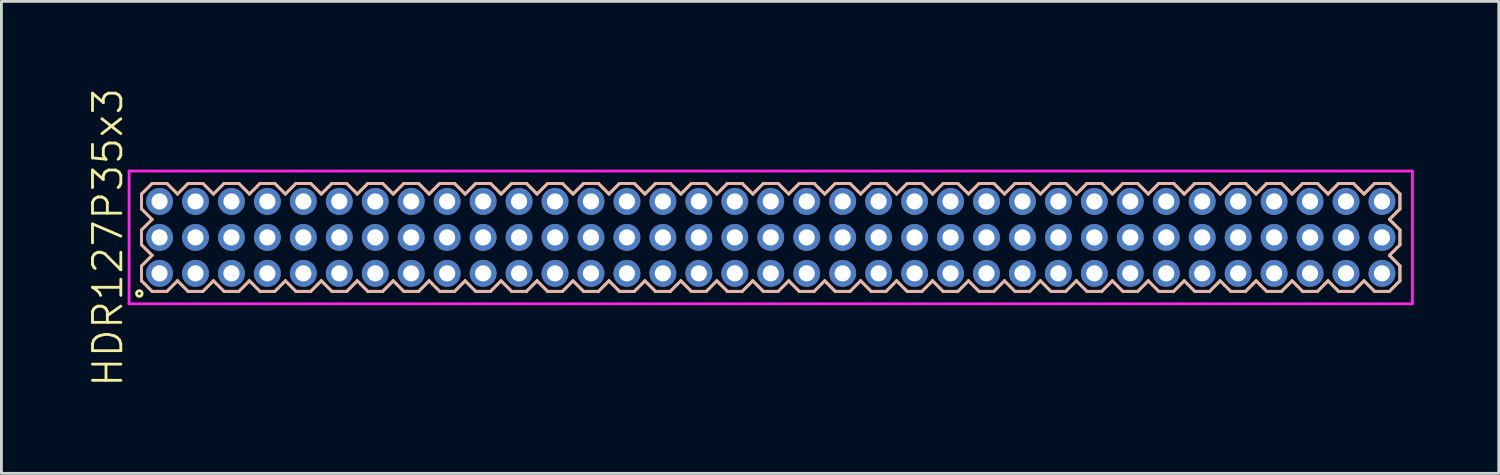
<source format=kicad_pcb>
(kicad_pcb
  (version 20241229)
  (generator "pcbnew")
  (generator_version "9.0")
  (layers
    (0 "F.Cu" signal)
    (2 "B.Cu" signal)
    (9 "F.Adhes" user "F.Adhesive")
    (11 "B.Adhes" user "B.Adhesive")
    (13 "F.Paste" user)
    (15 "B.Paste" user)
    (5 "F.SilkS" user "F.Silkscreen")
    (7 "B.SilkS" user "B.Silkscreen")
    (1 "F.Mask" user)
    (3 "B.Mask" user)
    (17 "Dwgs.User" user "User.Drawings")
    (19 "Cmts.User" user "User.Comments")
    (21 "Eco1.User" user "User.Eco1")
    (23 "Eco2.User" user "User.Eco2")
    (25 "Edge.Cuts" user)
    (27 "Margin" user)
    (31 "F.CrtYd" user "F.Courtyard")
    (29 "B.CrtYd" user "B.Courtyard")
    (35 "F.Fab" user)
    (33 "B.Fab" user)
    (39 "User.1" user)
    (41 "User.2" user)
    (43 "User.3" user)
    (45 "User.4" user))
  (footprint "HDR127P35x3"
    (layer "F.Cu")
    (at 24.175 5.336)
    (property "Reference" "HDR127P35x3" (at -23.415 0 90) (layer "F.SilkS") (effects (font (size 1 1) (thickness 0.1))))
    (attr through_hole)
    (fp_line (start -22.225 -1.533) (end -21.853 -1.905) (stroke (width 0.1) (type solid)) (layer "F.SilkS"))
    (fp_line (start -22.225 -1.007) (end -22.225 -1.533) (stroke (width 0.1) (type solid)) (layer "F.SilkS"))
    (fp_line (start -22.225 -0.263) (end -21.853 -0.635) (stroke (width 0.1) (type solid)) (layer "F.SilkS"))
    (fp_line (start -22.225 0.263) (end -22.225 -0.263) (stroke (width 0.1) (type solid)) (layer "F.SilkS"))
    (fp_line (start -22.225 1.007) (end -21.853 0.635) (stroke (width 0.1) (type solid)) (layer "F.SilkS"))
    (fp_line (start -22.225 1.533) (end -22.225 1.007) (stroke (width 0.1) (type solid)) (layer "F.SilkS"))
    (fp_line (start -21.853 -1.905) (end -21.327 -1.905) (stroke (width 0.1) (type solid)) (layer "F.SilkS"))
    (fp_line (start -21.853 -0.635) (end -22.225 -1.007) (stroke (width 0.1) (type solid)) (layer "F.SilkS"))
    (fp_line (start -21.853 0.635) (end -22.225 0.263) (stroke (width 0.1) (type solid)) (layer "F.SilkS"))
    (fp_line (start -21.853 1.905) (end -22.225 1.533) (stroke (width 0.1) (type solid)) (layer "F.SilkS"))
    (fp_line (start -21.327 -1.905) (end -20.955 -1.533) (stroke (width 0.1) (type solid)) (layer "F.SilkS"))
    (fp_line (start -21.327 1.905) (end -21.853 1.905) (stroke (width 0.1) (type solid)) (layer "F.SilkS"))
    (fp_line (start -20.955 -1.533) (end -20.583 -1.905) (stroke (width 0.1) (type solid)) (layer "F.SilkS"))
    (fp_line (start -20.955 1.533) (end -21.327 1.905) (stroke (width 0.1) (type solid)) (layer "F.SilkS"))
    (fp_line (start -20.583 -1.905) (end -20.057 -1.905) (stroke (width 0.1) (type solid)) (layer "F.SilkS"))
    (fp_line (start -20.583 1.905) (end -20.955 1.533) (stroke (width 0.1) (type solid)) (layer "F.SilkS"))
    (fp_line (start -20.057 -1.905) (end -19.685 -1.533) (stroke (width 0.1) (type solid)) (layer "F.SilkS"))
    (fp_line (start -20.057 1.905) (end -20.583 1.905) (stroke (width 0.1) (type solid)) (layer "F.SilkS"))
    (fp_line (start -19.685 -1.533) (end -19.313 -1.905) (stroke (width 0.1) (type solid)) (layer "F.SilkS"))
    (fp_line (start -19.685 1.533) (end -20.057 1.905) (stroke (width 0.1) (type solid)) (layer "F.SilkS"))
    (fp_line (start -19.313 -1.905) (end -18.787 -1.905) (stroke (width 0.1) (type solid)) (layer "F.SilkS"))
    (fp_line (start -19.313 1.905) (end -19.685 1.533) (stroke (width 0.1) (type solid)) (layer "F.SilkS"))
    (fp_line (start -18.787 -1.905) (end -18.415 -1.533) (stroke (width 0.1) (type solid)) (layer "F.SilkS"))
    (fp_line (start -18.787 1.905) (end -19.313 1.905) (stroke (width 0.1) (type solid)) (layer "F.SilkS"))
    (fp_line (start -18.415 -1.533) (end -18.043 -1.905) (stroke (width 0.1) (type solid)) (layer "F.SilkS"))
    (fp_line (start -18.415 1.533) (end -18.787 1.905) (stroke (width 0.1) (type solid)) (layer "F.SilkS"))
    (fp_line (start -18.043 -1.905) (end -17.517 -1.905) (stroke (width 0.1) (type solid)) (layer "F.SilkS"))
    (fp_line (start -18.043 1.905) (end -18.415 1.533) (stroke (width 0.1) (type solid)) (layer "F.SilkS"))
    (fp_line (start -17.517 -1.905) (end -17.145 -1.533) (stroke (width 0.1) (type solid)) (layer "F.SilkS"))
    (fp_line (start -17.517 1.905) (end -18.043 1.905) (stroke (width 0.1) (type solid)) (layer "F.SilkS"))
    (fp_line (start -17.145 -1.533) (end -16.773 -1.905) (stroke (width 0.1) (type solid)) (layer "F.SilkS"))
    (fp_line (start -17.145 1.533) (end -17.517 1.905) (stroke (width 0.1) (type solid)) (layer "F.SilkS"))
    (fp_line (start -16.773 -1.905) (end -16.247 -1.905) (stroke (width 0.1) (type solid)) (layer "F.SilkS"))
    (fp_line (start -16.773 1.905) (end -17.145 1.533) (stroke (width 0.1) (type solid)) (layer "F.SilkS"))
    (fp_line (start -16.247 -1.905) (end -15.875 -1.533) (stroke (width 0.1) (type solid)) (layer "F.SilkS"))
    (fp_line (start -16.247 1.905) (end -16.773 1.905) (stroke (width 0.1) (type solid)) (layer "F.SilkS"))
    (fp_line (start -15.875 -1.533) (end -15.503 -1.905) (stroke (width 0.1) (type solid)) (layer "F.SilkS"))
    (fp_line (start -15.875 1.533) (end -16.247 1.905) (stroke (width 0.1) (type solid)) (layer "F.SilkS"))
    (fp_line (start -15.503 -1.905) (end -14.977 -1.905) (stroke (width 0.1) (type solid)) (layer "F.SilkS"))
    (fp_line (start -15.503 1.905) (end -15.875 1.533) (stroke (width 0.1) (type solid)) (layer "F.SilkS"))
    (fp_line (start -14.977 -1.905) (end -14.605 -1.533) (stroke (width 0.1) (type solid)) (layer "F.SilkS"))
    (fp_line (start -14.977 1.905) (end -15.503 1.905) (stroke (width 0.1) (type solid)) (layer "F.SilkS"))
    (fp_line (start -14.605 -1.533) (end -14.233 -1.905) (stroke (width 0.1) (type solid)) (layer "F.SilkS"))
    (fp_line (start -14.605 1.533) (end -14.977 1.905) (stroke (width 0.1) (type solid)) (layer "F.SilkS"))
    (fp_line (start -14.233 -1.905) (end -13.707 -1.905) (stroke (width 0.1) (type solid)) (layer "F.SilkS"))
    (fp_line (start -14.233 1.905) (end -14.605 1.533) (stroke (width 0.1) (type solid)) (layer "F.SilkS"))
    (fp_line (start -13.707 -1.905) (end -13.335 -1.533) (stroke (width 0.1) (type solid)) (layer "F.SilkS"))
    (fp_line (start -13.707 1.905) (end -14.233 1.905) (stroke (width 0.1) (type solid)) (layer "F.SilkS"))
    (fp_line (start -13.335 -1.533) (end -12.963 -1.905) (stroke (width 0.1) (type solid)) (layer "F.SilkS"))
    (fp_line (start -13.335 1.533) (end -13.707 1.905) (stroke (width 0.1) (type solid)) (layer "F.SilkS"))
    (fp_line (start -12.963 -1.905) (end -12.437 -1.905) (stroke (width 0.1) (type solid)) (layer "F.SilkS"))
    (fp_line (start -12.963 1.905) (end -13.335 1.533) (stroke (width 0.1) (type solid)) (layer "F.SilkS"))
    (fp_line (start -12.437 -1.905) (end -12.065 -1.533) (stroke (width 0.1) (type solid)) (layer "F.SilkS"))
    (fp_line (start -12.437 1.905) (end -12.963 1.905) (stroke (width 0.1) (type solid)) (layer "F.SilkS"))
    (fp_line (start -12.065 -1.533) (end -11.693 -1.905) (stroke (width 0.1) (type solid)) (layer "F.SilkS"))
    (fp_line (start -12.065 1.533) (end -12.437 1.905) (stroke (width 0.1) (type solid)) (layer "F.SilkS"))
    (fp_line (start -11.693 -1.905) (end -11.167 -1.905) (stroke (width 0.1) (type solid)) (layer "F.SilkS"))
    (fp_line (start -11.693 1.905) (end -12.065 1.533) (stroke (width 0.1) (type solid)) (layer "F.SilkS"))
    (fp_line (start -11.167 -1.905) (end -10.795 -1.533) (stroke (width 0.1) (type solid)) (layer "F.SilkS"))
    (fp_line (start -11.167 1.905) (end -11.693 1.905) (stroke (width 0.1) (type solid)) (layer "F.SilkS"))
    (fp_line (start -10.795 -1.533) (end -10.423 -1.905) (stroke (width 0.1) (type solid)) (layer "F.SilkS"))
    (fp_line (start -10.795 1.533) (end -11.167 1.905) (stroke (width 0.1) (type solid)) (layer "F.SilkS"))
    (fp_line (start -10.423 -1.905) (end -9.897 -1.905) (stroke (width 0.1) (type solid)) (layer "F.SilkS"))
    (fp_line (start -10.423 1.905) (end -10.795 1.533) (stroke (width 0.1) (type solid)) (layer "F.SilkS"))
    (fp_line (start -9.897 -1.905) (end -9.525 -1.533) (stroke (width 0.1) (type solid)) (layer "F.SilkS"))
    (fp_line (start -9.897 1.905) (end -10.423 1.905) (stroke (width 0.1) (type solid)) (layer "F.SilkS"))
    (fp_line (start -9.525 -1.533) (end -9.153 -1.905) (stroke (width 0.1) (type solid)) (layer "F.SilkS"))
    (fp_line (start -9.525 1.533) (end -9.897 1.905) (stroke (width 0.1) (type solid)) (layer "F.SilkS"))
    (fp_line (start -9.153 -1.905) (end -8.627 -1.905) (stroke (width 0.1) (type solid)) (layer "F.SilkS"))
    (fp_line (start -9.153 1.905) (end -9.525 1.533) (stroke (width 0.1) (type solid)) (layer "F.SilkS"))
    (fp_line (start -8.627 -1.905) (end -8.255 -1.533) (stroke (width 0.1) (type solid)) (layer "F.SilkS"))
    (fp_line (start -8.627 1.905) (end -9.153 1.905) (stroke (width 0.1) (type solid)) (layer "F.SilkS"))
    (fp_line (start -8.255 -1.533) (end -7.883 -1.905) (stroke (width 0.1) (type solid)) (layer "F.SilkS"))
    (fp_line (start -8.255 1.533) (end -8.627 1.905) (stroke (width 0.1) (type solid)) (layer "F.SilkS"))
    (fp_line (start -7.883 -1.905) (end -7.357 -1.905) (stroke (width 0.1) (type solid)) (layer "F.SilkS"))
    (fp_line (start -7.883 1.905) (end -8.255 1.533) (stroke (width 0.1) (type solid)) (layer "F.SilkS"))
    (fp_line (start -7.357 -1.905) (end -6.985 -1.533) (stroke (width 0.1) (type solid)) (layer "F.SilkS"))
    (fp_line (start -7.357 1.905) (end -7.883 1.905) (stroke (width 0.1) (type solid)) (layer "F.SilkS"))
    (fp_line (start -6.985 -1.533) (end -6.613 -1.905) (stroke (width 0.1) (type solid)) (layer "F.SilkS"))
    (fp_line (start -6.985 1.533) (end -7.357 1.905) (stroke (width 0.1) (type solid)) (layer "F.SilkS"))
    (fp_line (start -6.613 -1.905) (end -6.087 -1.905) (stroke (width 0.1) (type solid)) (layer "F.SilkS"))
    (fp_line (start -6.613 1.905) (end -6.985 1.533) (stroke (width 0.1) (type solid)) (layer "F.SilkS"))
    (fp_line (start -6.087 -1.905) (end -5.715 -1.533) (stroke (width 0.1) (type solid)) (layer "F.SilkS"))
    (fp_line (start -6.087 1.905) (end -6.613 1.905) (stroke (width 0.1) (type solid)) (layer "F.SilkS"))
    (fp_line (start -5.715 -1.533) (end -5.343 -1.905) (stroke (width 0.1) (type solid)) (layer "F.SilkS"))
    (fp_line (start -5.715 1.533) (end -6.087 1.905) (stroke (width 0.1) (type solid)) (layer "F.SilkS"))
    (fp_line (start -5.343 -1.905) (end -4.817 -1.905) (stroke (width 0.1) (type solid)) (layer "F.SilkS"))
    (fp_line (start -5.343 1.905) (end -5.715 1.533) (stroke (width 0.1) (type solid)) (layer "F.SilkS"))
    (fp_line (start -4.817 -1.905) (end -4.445 -1.533) (stroke (width 0.1) (type solid)) (layer "F.SilkS"))
    (fp_line (start -4.817 1.905) (end -5.343 1.905) (stroke (width 0.1) (type solid)) (layer "F.SilkS"))
    (fp_line (start -4.445 -1.533) (end -4.073 -1.905) (stroke (width 0.1) (type solid)) (layer "F.SilkS"))
    (fp_line (start -4.445 1.533) (end -4.817 1.905) (stroke (width 0.1) (type solid)) (layer "F.SilkS"))
    (fp_line (start -4.073 -1.905) (end -3.547 -1.905) (stroke (width 0.1) (type solid)) (layer "F.SilkS"))
    (fp_line (start -4.073 1.905) (end -4.445 1.533) (stroke (width 0.1) (type solid)) (layer "F.SilkS"))
    (fp_line (start -3.547 -1.905) (end -3.175 -1.533) (stroke (width 0.1) (type solid)) (layer "F.SilkS"))
    (fp_line (start -3.547 1.905) (end -4.073 1.905) (stroke (width 0.1) (type solid)) (layer "F.SilkS"))
    (fp_line (start -3.175 -1.533) (end -2.803 -1.905) (stroke (width 0.1) (type solid)) (layer "F.SilkS"))
    (fp_line (start -3.175 1.533) (end -3.547 1.905) (stroke (width 0.1) (type solid)) (layer "F.SilkS"))
    (fp_line (start -2.803 -1.905) (end -2.277 -1.905) (stroke (width 0.1) (type solid)) (layer "F.SilkS"))
    (fp_line (start -2.803 1.905) (end -3.175 1.533) (stroke (width 0.1) (type solid)) (layer "F.SilkS"))
    (fp_line (start -2.277 -1.905) (end -1.905 -1.533) (stroke (width 0.1) (type solid)) (layer "F.SilkS"))
    (fp_line (start -2.277 1.905) (end -2.803 1.905) (stroke (width 0.1) (type solid)) (layer "F.SilkS"))
    (fp_line (start -1.905 -1.533) (end -1.533 -1.905) (stroke (width 0.1) (type solid)) (layer "F.SilkS"))
    (fp_line (start -1.905 1.533) (end -2.277 1.905) (stroke (width 0.1) (type solid)) (layer "F.SilkS"))
    (fp_line (start -1.533 -1.905) (end -1.007 -1.905) (stroke (width 0.1) (type solid)) (layer "F.SilkS"))
    (fp_line (start -1.533 1.905) (end -1.905 1.533) (stroke (width 0.1) (type solid)) (layer "F.SilkS"))
    (fp_line (start -1.007 -1.905) (end -0.635 -1.533) (stroke (width 0.1) (type solid)) (layer "F.SilkS"))
    (fp_line (start -1.007 1.905) (end -1.533 1.905) (stroke (width 0.1) (type solid)) (layer "F.SilkS"))
    (fp_line (start -0.635 -1.533) (end -0.263 -1.905) (stroke (width 0.1) (type solid)) (layer "F.SilkS"))
    (fp_line (start -0.635 1.533) (end -1.007 1.905) (stroke (width 0.1) (type solid)) (layer "F.SilkS"))
    (fp_line (start -0.263 -1.905) (end 0.263 -1.905) (stroke (width 0.1) (type solid)) (layer "F.SilkS"))
    (fp_line (start -0.263 1.905) (end -0.635 1.533) (stroke (width 0.1) (type solid)) (layer "F.SilkS"))
    (fp_line (start 0.263 -1.905) (end 0.635 -1.533) (stroke (width 0.1) (type solid)) (layer "F.SilkS"))
    (fp_line (start 0.263 1.905) (end -0.263 1.905) (stroke (width 0.1) (type solid)) (layer "F.SilkS"))
    (fp_line (start 0.635 -1.533) (end 1.007 -1.905) (stroke (width 0.1) (type solid)) (layer "F.SilkS"))
    (fp_line (start 0.635 1.533) (end 0.263 1.905) (stroke (width 0.1) (type solid)) (layer "F.SilkS"))
    (fp_line (start 1.007 -1.905) (end 1.533 -1.905) (stroke (width 0.1) (type solid)) (layer "F.SilkS"))
    (fp_line (start 1.007 1.905) (end 0.635 1.533) (stroke (width 0.1) (type solid)) (layer "F.SilkS"))
    (fp_line (start 1.533 -1.905) (end 1.905 -1.533) (stroke (width 0.1) (type solid)) (layer "F.SilkS"))
    (fp_line (start 1.533 1.905) (end 1.007 1.905) (stroke (width 0.1) (type solid)) (layer "F.SilkS"))
    (fp_line (start 1.905 -1.533) (end 2.277 -1.905) (stroke (width 0.1) (type solid)) (layer "F.SilkS"))
    (fp_line (start 1.905 1.533) (end 1.533 1.905) (stroke (width 0.1) (type solid)) (layer "F.SilkS"))
    (fp_line (start 2.277 -1.905) (end 2.803 -1.905) (stroke (width 0.1) (type solid)) (layer "F.SilkS"))
    (fp_line (start 2.277 1.905) (end 1.905 1.533) (stroke (width 0.1) (type solid)) (layer "F.SilkS"))
    (fp_line (start 2.803 -1.905) (end 3.175 -1.533) (stroke (width 0.1) (type solid)) (layer "F.SilkS"))
    (fp_line (start 2.803 1.905) (end 2.277 1.905) (stroke (width 0.1) (type solid)) (layer "F.SilkS"))
    (fp_line (start 3.175 -1.533) (end 3.547 -1.905) (stroke (width 0.1) (type solid)) (layer "F.SilkS"))
    (fp_line (start 3.175 1.533) (end 2.803 1.905) (stroke (width 0.1) (type solid)) (layer "F.SilkS"))
    (fp_line (start 3.547 -1.905) (end 4.073 -1.905) (stroke (width 0.1) (type solid)) (layer "F.SilkS"))
    (fp_line (start 3.547 1.905) (end 3.175 1.533) (stroke (width 0.1) (type solid)) (layer "F.SilkS"))
    (fp_line (start 4.073 -1.905) (end 4.445 -1.533) (stroke (width 0.1) (type solid)) (layer "F.SilkS"))
    (fp_line (start 4.073 1.905) (end 3.547 1.905) (stroke (width 0.1) (type solid)) (layer "F.SilkS"))
    (fp_line (start 4.445 -1.533) (end 4.817 -1.905) (stroke (width 0.1) (type solid)) (layer "F.SilkS"))
    (fp_line (start 4.445 1.533) (end 4.073 1.905) (stroke (width 0.1) (type solid)) (layer "F.SilkS"))
    (fp_line (start 4.817 -1.905) (end 5.343 -1.905) (stroke (width 0.1) (type solid)) (layer "F.SilkS"))
    (fp_line (start 4.817 1.905) (end 4.445 1.533) (stroke (width 0.1) (type solid)) (layer "F.SilkS"))
    (fp_line (start 5.343 -1.905) (end 5.715 -1.533) (stroke (width 0.1) (type solid)) (layer "F.SilkS"))
    (fp_line (start 5.343 1.905) (end 4.817 1.905) (stroke (width 0.1) (type solid)) (layer "F.SilkS"))
    (fp_line (start 5.715 -1.533) (end 6.087 -1.905) (stroke (width 0.1) (type solid)) (layer "F.SilkS"))
    (fp_line (start 5.715 1.533) (end 5.343 1.905) (stroke (width 0.1) (type solid)) (layer "F.SilkS"))
    (fp_line (start 6.087 -1.905) (end 6.613 -1.905) (stroke (width 0.1) (type solid)) (layer "F.SilkS"))
    (fp_line (start 6.087 1.905) (end 5.715 1.533) (stroke (width 0.1) (type solid)) (layer "F.SilkS"))
    (fp_line (start 6.613 -1.905) (end 6.985 -1.533) (stroke (width 0.1) (type solid)) (layer "F.SilkS"))
    (fp_line (start 6.613 1.905) (end 6.087 1.905) (stroke (width 0.1) (type solid)) (layer "F.SilkS"))
    (fp_line (start 6.985 -1.533) (end 7.357 -1.905) (stroke (width 0.1) (type solid)) (layer "F.SilkS"))
    (fp_line (start 6.985 1.533) (end 6.613 1.905) (stroke (width 0.1) (type solid)) (layer "F.SilkS"))
    (fp_line (start 7.357 -1.905) (end 7.883 -1.905) (stroke (width 0.1) (type solid)) (layer "F.SilkS"))
    (fp_line (start 7.357 1.905) (end 6.985 1.533) (stroke (width 0.1) (type solid)) (layer "F.SilkS"))
    (fp_line (start 7.883 -1.905) (end 8.255 -1.533) (stroke (width 0.1) (type solid)) (layer "F.SilkS"))
    (fp_line (start 7.883 1.905) (end 7.357 1.905) (stroke (width 0.1) (type solid)) (layer "F.SilkS"))
    (fp_line (start 8.255 -1.533) (end 8.627 -1.905) (stroke (width 0.1) (type solid)) (layer "F.SilkS"))
    (fp_line (start 8.255 1.533) (end 7.883 1.905) (stroke (width 0.1) (type solid)) (layer "F.SilkS"))
    (fp_line (start 8.627 -1.905) (end 9.153 -1.905) (stroke (width 0.1) (type solid)) (layer "F.SilkS"))
    (fp_line (start 8.627 1.905) (end 8.255 1.533) (stroke (width 0.1) (type solid)) (layer "F.SilkS"))
    (fp_line (start 9.153 -1.905) (end 9.525 -1.533) (stroke (width 0.1) (type solid)) (layer "F.SilkS"))
    (fp_line (start 9.153 1.905) (end 8.627 1.905) (stroke (width 0.1) (type solid)) (layer "F.SilkS"))
    (fp_line (start 9.525 -1.533) (end 9.897 -1.905) (stroke (width 0.1) (type solid)) (layer "F.SilkS"))
    (fp_line (start 9.525 1.533) (end 9.153 1.905) (stroke (width 0.1) (type solid)) (layer "F.SilkS"))
    (fp_line (start 9.897 -1.905) (end 10.423 -1.905) (stroke (width 0.1) (type solid)) (layer "F.SilkS"))
    (fp_line (start 9.897 1.905) (end 9.525 1.533) (stroke (width 0.1) (type solid)) (layer "F.SilkS"))
    (fp_line (start 10.423 -1.905) (end 10.795 -1.533) (stroke (width 0.1) (type solid)) (layer "F.SilkS"))
    (fp_line (start 10.423 1.905) (end 9.897 1.905) (stroke (width 0.1) (type solid)) (layer "F.SilkS"))
    (fp_line (start 10.795 -1.533) (end 11.167 -1.905) (stroke (width 0.1) (type solid)) (layer "F.SilkS"))
    (fp_line (start 10.795 1.533) (end 10.423 1.905) (stroke (width 0.1) (type solid)) (layer "F.SilkS"))
    (fp_line (start 11.167 -1.905) (end 11.693 -1.905) (stroke (width 0.1) (type solid)) (layer "F.SilkS"))
    (fp_line (start 11.167 1.905) (end 10.795 1.533) (stroke (width 0.1) (type solid)) (layer "F.SilkS"))
    (fp_line (start 11.693 -1.905) (end 12.065 -1.533) (stroke (width 0.1) (type solid)) (layer "F.SilkS"))
    (fp_line (start 11.693 1.905) (end 11.167 1.905) (stroke (width 0.1) (type solid)) (layer "F.SilkS"))
    (fp_line (start 12.065 -1.533) (end 12.437 -1.905) (stroke (width 0.1) (type solid)) (layer "F.SilkS"))
    (fp_line (start 12.065 1.533) (end 11.693 1.905) (stroke (width 0.1) (type solid)) (layer "F.SilkS"))
    (fp_line (start 12.437 -1.905) (end 12.963 -1.905) (stroke (width 0.1) (type solid)) (layer "F.SilkS"))
    (fp_line (start 12.437 1.905) (end 12.065 1.533) (stroke (width 0.1) (type solid)) (layer "F.SilkS"))
    (fp_line (start 12.963 -1.905) (end 13.335 -1.533) (stroke (width 0.1) (type solid)) (layer "F.SilkS"))
    (fp_line (start 12.963 1.905) (end 12.437 1.905) (stroke (width 0.1) (type solid)) (layer "F.SilkS"))
    (fp_line (start 13.335 -1.533) (end 13.707 -1.905) (stroke (width 0.1) (type solid)) (layer "F.SilkS"))
    (fp_line (start 13.335 1.533) (end 12.963 1.905) (stroke (width 0.1) (type solid)) (layer "F.SilkS"))
    (fp_line (start 13.707 -1.905) (end 14.233 -1.905) (stroke (width 0.1) (type solid)) (layer "F.SilkS"))
    (fp_line (start 13.707 1.905) (end 13.335 1.533) (stroke (width 0.1) (type solid)) (layer "F.SilkS"))
    (fp_line (start 14.233 -1.905) (end 14.605 -1.533) (stroke (width 0.1) (type solid)) (layer "F.SilkS"))
    (fp_line (start 14.233 1.905) (end 13.707 1.905) (stroke (width 0.1) (type solid)) (layer "F.SilkS"))
    (fp_line (start 14.605 -1.533) (end 14.977 -1.905) (stroke (width 0.1) (type solid)) (layer "F.SilkS"))
    (fp_line (start 14.605 1.533) (end 14.233 1.905) (stroke (width 0.1) (type solid)) (layer "F.SilkS"))
    (fp_line (start 14.977 -1.905) (end 15.503 -1.905) (stroke (width 0.1) (type solid)) (layer "F.SilkS"))
    (fp_line (start 14.977 1.905) (end 14.605 1.533) (stroke (width 0.1) (type solid)) (layer "F.SilkS"))
    (fp_line (start 15.503 -1.905) (end 15.875 -1.533) (stroke (width 0.1) (type solid)) (layer "F.SilkS"))
    (fp_line (start 15.503 1.905) (end 14.977 1.905) (stroke (width 0.1) (type solid)) (layer "F.SilkS"))
    (fp_line (start 15.875 -1.533) (end 16.247 -1.905) (stroke (width 0.1) (type solid)) (layer "F.SilkS"))
    (fp_line (start 15.875 1.533) (end 15.503 1.905) (stroke (width 0.1) (type solid)) (layer "F.SilkS"))
    (fp_line (start 16.247 -1.905) (end 16.773 -1.905) (stroke (width 0.1) (type solid)) (layer "F.SilkS"))
    (fp_line (start 16.247 1.905) (end 15.875 1.533) (stroke (width 0.1) (type solid)) (layer "F.SilkS"))
    (fp_line (start 16.773 -1.905) (end 17.145 -1.533) (stroke (width 0.1) (type solid)) (layer "F.SilkS"))
    (fp_line (start 16.773 1.905) (end 16.247 1.905) (stroke (width 0.1) (type solid)) (layer "F.SilkS"))
    (fp_line (start 17.145 -1.533) (end 17.517 -1.905) (stroke (width 0.1) (type solid)) (layer "F.SilkS"))
    (fp_line (start 17.145 1.533) (end 16.773 1.905) (stroke (width 0.1) (type solid)) (layer "F.SilkS"))
    (fp_line (start 17.517 -1.905) (end 18.043 -1.905) (stroke (width 0.1) (type solid)) (layer "F.SilkS"))
    (fp_line (start 17.517 1.905) (end 17.145 1.533) (stroke (width 0.1) (type solid)) (layer "F.SilkS"))
    (fp_line (start 18.043 -1.905) (end 18.415 -1.533) (stroke (width 0.1) (type solid)) (layer "F.SilkS"))
    (fp_line (start 18.043 1.905) (end 17.517 1.905) (stroke (width 0.1) (type solid)) (layer "F.SilkS"))
    (fp_line (start 18.415 -1.533) (end 18.787 -1.905) (stroke (width 0.1) (type solid)) (layer "F.SilkS"))
    (fp_line (start 18.415 1.533) (end 18.043 1.905) (stroke (width 0.1) (type solid)) (layer "F.SilkS"))
    (fp_line (start 18.787 -1.905) (end 19.313 -1.905) (stroke (width 0.1) (type solid)) (layer "F.SilkS"))
    (fp_line (start 18.787 1.905) (end 18.415 1.533) (stroke (width 0.1) (type solid)) (layer "F.SilkS"))
    (fp_line (start 19.313 -1.905) (end 19.685 -1.533) (stroke (width 0.1) (type solid)) (layer "F.SilkS"))
    (fp_line (start 19.313 1.905) (end 18.787 1.905) (stroke (width 0.1) (type solid)) (layer "F.SilkS"))
    (fp_line (start 19.685 -1.533) (end 20.057 -1.905) (stroke (width 0.1) (type solid)) (layer "F.SilkS"))
    (fp_line (start 19.685 1.533) (end 19.313 1.905) (stroke (width 0.1) (type solid)) (layer "F.SilkS"))
    (fp_line (start 20.057 -1.905) (end 20.583 -1.905) (stroke (width 0.1) (type solid)) (layer "F.SilkS"))
    (fp_line (start 20.057 1.905) (end 19.685 1.533) (stroke (width 0.1) (type solid)) (layer "F.SilkS"))
    (fp_line (start 20.583 -1.905) (end 20.955 -1.533) (stroke (width 0.1) (type solid)) (layer "F.SilkS"))
    (fp_line (start 20.583 1.905) (end 20.057 1.905) (stroke (width 0.1) (type solid)) (layer "F.SilkS"))
    (fp_line (start 20.955 -1.533) (end 21.327 -1.905) (stroke (width 0.1) (type solid)) (layer "F.SilkS"))
    (fp_line (start 20.955 1.533) (end 20.583 1.905) (stroke (width 0.1) (type solid)) (layer "F.SilkS"))
    (fp_line (start 21.327 -1.905) (end 21.853 -1.905) (stroke (width 0.1) (type solid)) (layer "F.SilkS"))
    (fp_line (start 21.327 1.905) (end 20.955 1.533) (stroke (width 0.1) (type solid)) (layer "F.SilkS"))
    (fp_line (start 21.853 -1.905) (end 22.225 -1.533) (stroke (width 0.1) (type solid)) (layer "F.SilkS"))
    (fp_line (start 21.853 -0.635) (end 22.225 -0.263) (stroke (width 0.1) (type solid)) (layer "F.SilkS"))
    (fp_line (start 21.853 0.635) (end 22.225 1.007) (stroke (width 0.1) (type solid)) (layer "F.SilkS"))
    (fp_line (start 21.853 1.905) (end 21.327 1.905) (stroke (width 0.1) (type solid)) (layer "F.SilkS"))
    (fp_line (start 22.225 -1.533) (end 22.225 -1.007) (stroke (width 0.1) (type solid)) (layer "F.SilkS"))
    (fp_line (start 22.225 -1.007) (end 21.853 -0.635) (stroke (width 0.1) (type solid)) (layer "F.SilkS"))
    (fp_line (start 22.225 -0.263) (end 22.225 0.263) (stroke (width 0.1) (type solid)) (layer "F.SilkS"))
    (fp_line (start 22.225 0.263) (end 21.853 0.635) (stroke (width 0.1) (type solid)) (layer "F.SilkS"))
    (fp_line (start 22.225 1.007) (end 22.225 1.533) (stroke (width 0.1) (type solid)) (layer "F.SilkS"))
    (fp_line (start 22.225 1.533) (end 21.853 1.905) (stroke (width 0.1) (type solid)) (layer "F.SilkS"))
    (fp_circle (center -22.303 1.983) (end -22.203 1.983) (stroke (width 0.1) (type solid)) (fill no) (layer "F.SilkS"))
    (fp_line (start -22.225 -1.533) (end -21.853 -1.905) (stroke (width 0.1) (type solid)) (layer "B.SilkS"))
    (fp_line (start -22.225 -1.007) (end -22.225 -1.533) (stroke (width 0.1) (type solid)) (layer "B.SilkS"))
    (fp_line (start -22.225 -0.263) (end -21.853 -0.635) (stroke (width 0.1) (type solid)) (layer "B.SilkS"))
    (fp_line (start -22.225 0.263) (end -22.225 -0.263) (stroke (width 0.1) (type solid)) (layer "B.SilkS"))
    (fp_line (start -22.225 1.007) (end -21.853 0.635) (stroke (width 0.1) (type solid)) (layer "B.SilkS"))
    (fp_line (start -22.225 1.533) (end -22.225 1.007) (stroke (width 0.1) (type solid)) (layer "B.SilkS"))
    (fp_line (start -21.853 -1.905) (end -21.327 -1.905) (stroke (width 0.1) (type solid)) (layer "B.SilkS"))
    (fp_line (start -21.853 -0.635) (end -22.225 -1.007) (stroke (width 0.1) (type solid)) (layer "B.SilkS"))
    (fp_line (start -21.853 0.635) (end -22.225 0.263) (stroke (width 0.1) (type solid)) (layer "B.SilkS"))
    (fp_line (start -21.853 1.905) (end -22.225 1.533) (stroke (width 0.1) (type solid)) (layer "B.SilkS"))
    (fp_line (start -21.327 -1.905) (end -20.955 -1.533) (stroke (width 0.1) (type solid)) (layer "B.SilkS"))
    (fp_line (start -21.327 1.905) (end -21.853 1.905) (stroke (width 0.1) (type solid)) (layer "B.SilkS"))
    (fp_line (start -20.955 -1.533) (end -20.583 -1.905) (stroke (width 0.1) (type solid)) (layer "B.SilkS"))
    (fp_line (start -20.955 1.533) (end -21.327 1.905) (stroke (width 0.1) (type solid)) (layer "B.SilkS"))
    (fp_line (start -20.583 -1.905) (end -20.057 -1.905) (stroke (width 0.1) (type solid)) (layer "B.SilkS"))
    (fp_line (start -20.583 1.905) (end -20.955 1.533) (stroke (width 0.1) (type solid)) (layer "B.SilkS"))
    (fp_line (start -20.057 -1.905) (end -19.685 -1.533) (stroke (width 0.1) (type solid)) (layer "B.SilkS"))
    (fp_line (start -20.057 1.905) (end -20.583 1.905) (stroke (width 0.1) (type solid)) (layer "B.SilkS"))
    (fp_line (start -19.685 -1.533) (end -19.313 -1.905) (stroke (width 0.1) (type solid)) (layer "B.SilkS"))
    (fp_line (start -19.685 1.533) (end -20.057 1.905) (stroke (width 0.1) (type solid)) (layer "B.SilkS"))
    (fp_line (start -19.313 -1.905) (end -18.787 -1.905) (stroke (width 0.1) (type solid)) (layer "B.SilkS"))
    (fp_line (start -19.313 1.905) (end -19.685 1.533) (stroke (width 0.1) (type solid)) (layer "B.SilkS"))
    (fp_line (start -18.787 -1.905) (end -18.415 -1.533) (stroke (width 0.1) (type solid)) (layer "B.SilkS"))
    (fp_line (start -18.787 1.905) (end -19.313 1.905) (stroke (width 0.1) (type solid)) (layer "B.SilkS"))
    (fp_line (start -18.415 -1.533) (end -18.043 -1.905) (stroke (width 0.1) (type solid)) (layer "B.SilkS"))
    (fp_line (start -18.415 1.533) (end -18.787 1.905) (stroke (width 0.1) (type solid)) (layer "B.SilkS"))
    (fp_line (start -18.043 -1.905) (end -17.517 -1.905) (stroke (width 0.1) (type solid)) (layer "B.SilkS"))
    (fp_line (start -18.043 1.905) (end -18.415 1.533) (stroke (width 0.1) (type solid)) (layer "B.SilkS"))
    (fp_line (start -17.517 -1.905) (end -17.145 -1.533) (stroke (width 0.1) (type solid)) (layer "B.SilkS"))
    (fp_line (start -17.517 1.905) (end -18.043 1.905) (stroke (width 0.1) (type solid)) (layer "B.SilkS"))
    (fp_line (start -17.145 -1.533) (end -16.773 -1.905) (stroke (width 0.1) (type solid)) (layer "B.SilkS"))
    (fp_line (start -17.145 1.533) (end -17.517 1.905) (stroke (width 0.1) (type solid)) (layer "B.SilkS"))
    (fp_line (start -16.773 -1.905) (end -16.247 -1.905) (stroke (width 0.1) (type solid)) (layer "B.SilkS"))
    (fp_line (start -16.773 1.905) (end -17.145 1.533) (stroke (width 0.1) (type solid)) (layer "B.SilkS"))
    (fp_line (start -16.247 -1.905) (end -15.875 -1.533) (stroke (width 0.1) (type solid)) (layer "B.SilkS"))
    (fp_line (start -16.247 1.905) (end -16.773 1.905) (stroke (width 0.1) (type solid)) (layer "B.SilkS"))
    (fp_line (start -15.875 -1.533) (end -15.503 -1.905) (stroke (width 0.1) (type solid)) (layer "B.SilkS"))
    (fp_line (start -15.875 1.533) (end -16.247 1.905) (stroke (width 0.1) (type solid)) (layer "B.SilkS"))
    (fp_line (start -15.503 -1.905) (end -14.977 -1.905) (stroke (width 0.1) (type solid)) (layer "B.SilkS"))
    (fp_line (start -15.503 1.905) (end -15.875 1.533) (stroke (width 0.1) (type solid)) (layer "B.SilkS"))
    (fp_line (start -14.977 -1.905) (end -14.605 -1.533) (stroke (width 0.1) (type solid)) (layer "B.SilkS"))
    (fp_line (start -14.977 1.905) (end -15.503 1.905) (stroke (width 0.1) (type solid)) (layer "B.SilkS"))
    (fp_line (start -14.605 -1.533) (end -14.233 -1.905) (stroke (width 0.1) (type solid)) (layer "B.SilkS"))
    (fp_line (start -14.605 1.533) (end -14.977 1.905) (stroke (width 0.1) (type solid)) (layer "B.SilkS"))
    (fp_line (start -14.233 -1.905) (end -13.707 -1.905) (stroke (width 0.1) (type solid)) (layer "B.SilkS"))
    (fp_line (start -14.233 1.905) (end -14.605 1.533) (stroke (width 0.1) (type solid)) (layer "B.SilkS"))
    (fp_line (start -13.707 -1.905) (end -13.335 -1.533) (stroke (width 0.1) (type solid)) (layer "B.SilkS"))
    (fp_line (start -13.707 1.905) (end -14.233 1.905) (stroke (width 0.1) (type solid)) (layer "B.SilkS"))
    (fp_line (start -13.335 -1.533) (end -12.963 -1.905) (stroke (width 0.1) (type solid)) (layer "B.SilkS"))
    (fp_line (start -13.335 1.533) (end -13.707 1.905) (stroke (width 0.1) (type solid)) (layer "B.SilkS"))
    (fp_line (start -12.963 -1.905) (end -12.437 -1.905) (stroke (width 0.1) (type solid)) (layer "B.SilkS"))
    (fp_line (start -12.963 1.905) (end -13.335 1.533) (stroke (width 0.1) (type solid)) (layer "B.SilkS"))
    (fp_line (start -12.437 -1.905) (end -12.065 -1.533) (stroke (width 0.1) (type solid)) (layer "B.SilkS"))
    (fp_line (start -12.437 1.905) (end -12.963 1.905) (stroke (width 0.1) (type solid)) (layer "B.SilkS"))
    (fp_line (start -12.065 -1.533) (end -11.693 -1.905) (stroke (width 0.1) (type solid)) (layer "B.SilkS"))
    (fp_line (start -12.065 1.533) (end -12.437 1.905) (stroke (width 0.1) (type solid)) (layer "B.SilkS"))
    (fp_line (start -11.693 -1.905) (end -11.167 -1.905) (stroke (width 0.1) (type solid)) (layer "B.SilkS"))
    (fp_line (start -11.693 1.905) (end -12.065 1.533) (stroke (width 0.1) (type solid)) (layer "B.SilkS"))
    (fp_line (start -11.167 -1.905) (end -10.795 -1.533) (stroke (width 0.1) (type solid)) (layer "B.SilkS"))
    (fp_line (start -11.167 1.905) (end -11.693 1.905) (stroke (width 0.1) (type solid)) (layer "B.SilkS"))
    (fp_line (start -10.795 -1.533) (end -10.423 -1.905) (stroke (width 0.1) (type solid)) (layer "B.SilkS"))
    (fp_line (start -10.795 1.533) (end -11.167 1.905) (stroke (width 0.1) (type solid)) (layer "B.SilkS"))
    (fp_line (start -10.423 -1.905) (end -9.897 -1.905) (stroke (width 0.1) (type solid)) (layer "B.SilkS"))
    (fp_line (start -10.423 1.905) (end -10.795 1.533) (stroke (width 0.1) (type solid)) (layer "B.SilkS"))
    (fp_line (start -9.897 -1.905) (end -9.525 -1.533) (stroke (width 0.1) (type solid)) (layer "B.SilkS"))
    (fp_line (start -9.897 1.905) (end -10.423 1.905) (stroke (width 0.1) (type solid)) (layer "B.SilkS"))
    (fp_line (start -9.525 -1.533) (end -9.153 -1.905) (stroke (width 0.1) (type solid)) (layer "B.SilkS"))
    (fp_line (start -9.525 1.533) (end -9.897 1.905) (stroke (width 0.1) (type solid)) (layer "B.SilkS"))
    (fp_line (start -9.153 -1.905) (end -8.627 -1.905) (stroke (width 0.1) (type solid)) (layer "B.SilkS"))
    (fp_line (start -9.153 1.905) (end -9.525 1.533) (stroke (width 0.1) (type solid)) (layer "B.SilkS"))
    (fp_line (start -8.627 -1.905) (end -8.255 -1.533) (stroke (width 0.1) (type solid)) (layer "B.SilkS"))
    (fp_line (start -8.627 1.905) (end -9.153 1.905) (stroke (width 0.1) (type solid)) (layer "B.SilkS"))
    (fp_line (start -8.255 -1.533) (end -7.883 -1.905) (stroke (width 0.1) (type solid)) (layer "B.SilkS"))
    (fp_line (start -8.255 1.533) (end -8.627 1.905) (stroke (width 0.1) (type solid)) (layer "B.SilkS"))
    (fp_line (start -7.883 -1.905) (end -7.357 -1.905) (stroke (width 0.1) (type solid)) (layer "B.SilkS"))
    (fp_line (start -7.883 1.905) (end -8.255 1.533) (stroke (width 0.1) (type solid)) (layer "B.SilkS"))
    (fp_line (start -7.357 -1.905) (end -6.985 -1.533) (stroke (width 0.1) (type solid)) (layer "B.SilkS"))
    (fp_line (start -7.357 1.905) (end -7.883 1.905) (stroke (width 0.1) (type solid)) (layer "B.SilkS"))
    (fp_line (start -6.985 -1.533) (end -6.613 -1.905) (stroke (width 0.1) (type solid)) (layer "B.SilkS"))
    (fp_line (start -6.985 1.533) (end -7.357 1.905) (stroke (width 0.1) (type solid)) (layer "B.SilkS"))
    (fp_line (start -6.613 -1.905) (end -6.087 -1.905) (stroke (width 0.1) (type solid)) (layer "B.SilkS"))
    (fp_line (start -6.613 1.905) (end -6.985 1.533) (stroke (width 0.1) (type solid)) (layer "B.SilkS"))
    (fp_line (start -6.087 -1.905) (end -5.715 -1.533) (stroke (width 0.1) (type solid)) (layer "B.SilkS"))
    (fp_line (start -6.087 1.905) (end -6.613 1.905) (stroke (width 0.1) (type solid)) (layer "B.SilkS"))
    (fp_line (start -5.715 -1.533) (end -5.343 -1.905) (stroke (width 0.1) (type solid)) (layer "B.SilkS"))
    (fp_line (start -5.715 1.533) (end -6.087 1.905) (stroke (width 0.1) (type solid)) (layer "B.SilkS"))
    (fp_line (start -5.343 -1.905) (end -4.817 -1.905) (stroke (width 0.1) (type solid)) (layer "B.SilkS"))
    (fp_line (start -5.343 1.905) (end -5.715 1.533) (stroke (width 0.1) (type solid)) (layer "B.SilkS"))
    (fp_line (start -4.817 -1.905) (end -4.445 -1.533) (stroke (width 0.1) (type solid)) (layer "B.SilkS"))
    (fp_line (start -4.817 1.905) (end -5.343 1.905) (stroke (width 0.1) (type solid)) (layer "B.SilkS"))
    (fp_line (start -4.445 -1.533) (end -4.073 -1.905) (stroke (width 0.1) (type solid)) (layer "B.SilkS"))
    (fp_line (start -4.445 1.533) (end -4.817 1.905) (stroke (width 0.1) (type solid)) (layer "B.SilkS"))
    (fp_line (start -4.073 -1.905) (end -3.547 -1.905) (stroke (width 0.1) (type solid)) (layer "B.SilkS"))
    (fp_line (start -4.073 1.905) (end -4.445 1.533) (stroke (width 0.1) (type solid)) (layer "B.SilkS"))
    (fp_line (start -3.547 -1.905) (end -3.175 -1.533) (stroke (width 0.1) (type solid)) (layer "B.SilkS"))
    (fp_line (start -3.547 1.905) (end -4.073 1.905) (stroke (width 0.1) (type solid)) (layer "B.SilkS"))
    (fp_line (start -3.175 -1.533) (end -2.803 -1.905) (stroke (width 0.1) (type solid)) (layer "B.SilkS"))
    (fp_line (start -3.175 1.533) (end -3.547 1.905) (stroke (width 0.1) (type solid)) (layer "B.SilkS"))
    (fp_line (start -2.803 -1.905) (end -2.277 -1.905) (stroke (width 0.1) (type solid)) (layer "B.SilkS"))
    (fp_line (start -2.803 1.905) (end -3.175 1.533) (stroke (width 0.1) (type solid)) (layer "B.SilkS"))
    (fp_line (start -2.277 -1.905) (end -1.905 -1.533) (stroke (width 0.1) (type solid)) (layer "B.SilkS"))
    (fp_line (start -2.277 1.905) (end -2.803 1.905) (stroke (width 0.1) (type solid)) (layer "B.SilkS"))
    (fp_line (start -1.905 -1.533) (end -1.533 -1.905) (stroke (width 0.1) (type solid)) (layer "B.SilkS"))
    (fp_line (start -1.905 1.533) (end -2.277 1.905) (stroke (width 0.1) (type solid)) (layer "B.SilkS"))
    (fp_line (start -1.533 -1.905) (end -1.007 -1.905) (stroke (width 0.1) (type solid)) (layer "B.SilkS"))
    (fp_line (start -1.533 1.905) (end -1.905 1.533) (stroke (width 0.1) (type solid)) (layer "B.SilkS"))
    (fp_line (start -1.007 -1.905) (end -0.635 -1.533) (stroke (width 0.1) (type solid)) (layer "B.SilkS"))
    (fp_line (start -1.007 1.905) (end -1.533 1.905) (stroke (width 0.1) (type solid)) (layer "B.SilkS"))
    (fp_line (start -0.635 -1.533) (end -0.263 -1.905) (stroke (width 0.1) (type solid)) (layer "B.SilkS"))
    (fp_line (start -0.635 1.533) (end -1.007 1.905) (stroke (width 0.1) (type solid)) (layer "B.SilkS"))
    (fp_line (start -0.263 -1.905) (end 0.263 -1.905) (stroke (width 0.1) (type solid)) (layer "B.SilkS"))
    (fp_line (start -0.263 1.905) (end -0.635 1.533) (stroke (width 0.1) (type solid)) (layer "B.SilkS"))
    (fp_line (start 0.263 -1.905) (end 0.635 -1.533) (stroke (width 0.1) (type solid)) (layer "B.SilkS"))
    (fp_line (start 0.263 1.905) (end -0.263 1.905) (stroke (width 0.1) (type solid)) (layer "B.SilkS"))
    (fp_line (start 0.635 -1.533) (end 1.007 -1.905) (stroke (width 0.1) (type solid)) (layer "B.SilkS"))
    (fp_line (start 0.635 1.533) (end 0.263 1.905) (stroke (width 0.1) (type solid)) (layer "B.SilkS"))
    (fp_line (start 1.007 -1.905) (end 1.533 -1.905) (stroke (width 0.1) (type solid)) (layer "B.SilkS"))
    (fp_line (start 1.007 1.905) (end 0.635 1.533) (stroke (width 0.1) (type solid)) (layer "B.SilkS"))
    (fp_line (start 1.533 -1.905) (end 1.905 -1.533) (stroke (width 0.1) (type solid)) (layer "B.SilkS"))
    (fp_line (start 1.533 1.905) (end 1.007 1.905) (stroke (width 0.1) (type solid)) (layer "B.SilkS"))
    (fp_line (start 1.905 -1.533) (end 2.277 -1.905) (stroke (width 0.1) (type solid)) (layer "B.SilkS"))
    (fp_line (start 1.905 1.533) (end 1.533 1.905) (stroke (width 0.1) (type solid)) (layer "B.SilkS"))
    (fp_line (start 2.277 -1.905) (end 2.803 -1.905) (stroke (width 0.1) (type solid)) (layer "B.SilkS"))
    (fp_line (start 2.277 1.905) (end 1.905 1.533) (stroke (width 0.1) (type solid)) (layer "B.SilkS"))
    (fp_line (start 2.803 -1.905) (end 3.175 -1.533) (stroke (width 0.1) (type solid)) (layer "B.SilkS"))
    (fp_line (start 2.803 1.905) (end 2.277 1.905) (stroke (width 0.1) (type solid)) (layer "B.SilkS"))
    (fp_line (start 3.175 -1.533) (end 3.547 -1.905) (stroke (width 0.1) (type solid)) (layer "B.SilkS"))
    (fp_line (start 3.175 1.533) (end 2.803 1.905) (stroke (width 0.1) (type solid)) (layer "B.SilkS"))
    (fp_line (start 3.547 -1.905) (end 4.073 -1.905) (stroke (width 0.1) (type solid)) (layer "B.SilkS"))
    (fp_line (start 3.547 1.905) (end 3.175 1.533) (stroke (width 0.1) (type solid)) (layer "B.SilkS"))
    (fp_line (start 4.073 -1.905) (end 4.445 -1.533) (stroke (width 0.1) (type solid)) (layer "B.SilkS"))
    (fp_line (start 4.073 1.905) (end 3.547 1.905) (stroke (width 0.1) (type solid)) (layer "B.SilkS"))
    (fp_line (start 4.445 -1.533) (end 4.817 -1.905) (stroke (width 0.1) (type solid)) (layer "B.SilkS"))
    (fp_line (start 4.445 1.533) (end 4.073 1.905) (stroke (width 0.1) (type solid)) (layer "B.SilkS"))
    (fp_line (start 4.817 -1.905) (end 5.343 -1.905) (stroke (width 0.1) (type solid)) (layer "B.SilkS"))
    (fp_line (start 4.817 1.905) (end 4.445 1.533) (stroke (width 0.1) (type solid)) (layer "B.SilkS"))
    (fp_line (start 5.343 -1.905) (end 5.715 -1.533) (stroke (width 0.1) (type solid)) (layer "B.SilkS"))
    (fp_line (start 5.343 1.905) (end 4.817 1.905) (stroke (width 0.1) (type solid)) (layer "B.SilkS"))
    (fp_line (start 5.715 -1.533) (end 6.087 -1.905) (stroke (width 0.1) (type solid)) (layer "B.SilkS"))
    (fp_line (start 5.715 1.533) (end 5.343 1.905) (stroke (width 0.1) (type solid)) (layer "B.SilkS"))
    (fp_line (start 6.087 -1.905) (end 6.613 -1.905) (stroke (width 0.1) (type solid)) (layer "B.SilkS"))
    (fp_line (start 6.087 1.905) (end 5.715 1.533) (stroke (width 0.1) (type solid)) (layer "B.SilkS"))
    (fp_line (start 6.613 -1.905) (end 6.985 -1.533) (stroke (width 0.1) (type solid)) (layer "B.SilkS"))
    (fp_line (start 6.613 1.905) (end 6.087 1.905) (stroke (width 0.1) (type solid)) (layer "B.SilkS"))
    (fp_line (start 6.985 -1.533) (end 7.357 -1.905) (stroke (width 0.1) (type solid)) (layer "B.SilkS"))
    (fp_line (start 6.985 1.533) (end 6.613 1.905) (stroke (width 0.1) (type solid)) (layer "B.SilkS"))
    (fp_line (start 7.357 -1.905) (end 7.883 -1.905) (stroke (width 0.1) (type solid)) (layer "B.SilkS"))
    (fp_line (start 7.357 1.905) (end 6.985 1.533) (stroke (width 0.1) (type solid)) (layer "B.SilkS"))
    (fp_line (start 7.883 -1.905) (end 8.255 -1.533) (stroke (width 0.1) (type solid)) (layer "B.SilkS"))
    (fp_line (start 7.883 1.905) (end 7.357 1.905) (stroke (width 0.1) (type solid)) (layer "B.SilkS"))
    (fp_line (start 8.255 -1.533) (end 8.627 -1.905) (stroke (width 0.1) (type solid)) (layer "B.SilkS"))
    (fp_line (start 8.255 1.533) (end 7.883 1.905) (stroke (width 0.1) (type solid)) (layer "B.SilkS"))
    (fp_line (start 8.627 -1.905) (end 9.153 -1.905) (stroke (width 0.1) (type solid)) (layer "B.SilkS"))
    (fp_line (start 8.627 1.905) (end 8.255 1.533) (stroke (width 0.1) (type solid)) (layer "B.SilkS"))
    (fp_line (start 9.153 -1.905) (end 9.525 -1.533) (stroke (width 0.1) (type solid)) (layer "B.SilkS"))
    (fp_line (start 9.153 1.905) (end 8.627 1.905) (stroke (width 0.1) (type solid)) (layer "B.SilkS"))
    (fp_line (start 9.525 -1.533) (end 9.897 -1.905) (stroke (width 0.1) (type solid)) (layer "B.SilkS"))
    (fp_line (start 9.525 1.533) (end 9.153 1.905) (stroke (width 0.1) (type solid)) (layer "B.SilkS"))
    (fp_line (start 9.897 -1.905) (end 10.423 -1.905) (stroke (width 0.1) (type solid)) (layer "B.SilkS"))
    (fp_line (start 9.897 1.905) (end 9.525 1.533) (stroke (width 0.1) (type solid)) (layer "B.SilkS"))
    (fp_line (start 10.423 -1.905) (end 10.795 -1.533) (stroke (width 0.1) (type solid)) (layer "B.SilkS"))
    (fp_line (start 10.423 1.905) (end 9.897 1.905) (stroke (width 0.1) (type solid)) (layer "B.SilkS"))
    (fp_line (start 10.795 -1.533) (end 11.167 -1.905) (stroke (width 0.1) (type solid)) (layer "B.SilkS"))
    (fp_line (start 10.795 1.533) (end 10.423 1.905) (stroke (width 0.1) (type solid)) (layer "B.SilkS"))
    (fp_line (start 11.167 -1.905) (end 11.693 -1.905) (stroke (width 0.1) (type solid)) (layer "B.SilkS"))
    (fp_line (start 11.167 1.905) (end 10.795 1.533) (stroke (width 0.1) (type solid)) (layer "B.SilkS"))
    (fp_line (start 11.693 -1.905) (end 12.065 -1.533) (stroke (width 0.1) (type solid)) (layer "B.SilkS"))
    (fp_line (start 11.693 1.905) (end 11.167 1.905) (stroke (width 0.1) (type solid)) (layer "B.SilkS"))
    (fp_line (start 12.065 -1.533) (end 12.437 -1.905) (stroke (width 0.1) (type solid)) (layer "B.SilkS"))
    (fp_line (start 12.065 1.533) (end 11.693 1.905) (stroke (width 0.1) (type solid)) (layer "B.SilkS"))
    (fp_line (start 12.437 -1.905) (end 12.963 -1.905) (stroke (width 0.1) (type solid)) (layer "B.SilkS"))
    (fp_line (start 12.437 1.905) (end 12.065 1.533) (stroke (width 0.1) (type solid)) (layer "B.SilkS"))
    (fp_line (start 12.963 -1.905) (end 13.335 -1.533) (stroke (width 0.1) (type solid)) (layer "B.SilkS"))
    (fp_line (start 12.963 1.905) (end 12.437 1.905) (stroke (width 0.1) (type solid)) (layer "B.SilkS"))
    (fp_line (start 13.335 -1.533) (end 13.707 -1.905) (stroke (width 0.1) (type solid)) (layer "B.SilkS"))
    (fp_line (start 13.335 1.533) (end 12.963 1.905) (stroke (width 0.1) (type solid)) (layer "B.SilkS"))
    (fp_line (start 13.707 -1.905) (end 14.233 -1.905) (stroke (width 0.1) (type solid)) (layer "B.SilkS"))
    (fp_line (start 13.707 1.905) (end 13.335 1.533) (stroke (width 0.1) (type solid)) (layer "B.SilkS"))
    (fp_line (start 14.233 -1.905) (end 14.605 -1.533) (stroke (width 0.1) (type solid)) (layer "B.SilkS"))
    (fp_line (start 14.233 1.905) (end 13.707 1.905) (stroke (width 0.1) (type solid)) (layer "B.SilkS"))
    (fp_line (start 14.605 -1.533) (end 14.977 -1.905) (stroke (width 0.1) (type solid)) (layer "B.SilkS"))
    (fp_line (start 14.605 1.533) (end 14.233 1.905) (stroke (width 0.1) (type solid)) (layer "B.SilkS"))
    (fp_line (start 14.977 -1.905) (end 15.503 -1.905) (stroke (width 0.1) (type solid)) (layer "B.SilkS"))
    (fp_line (start 14.977 1.905) (end 14.605 1.533) (stroke (width 0.1) (type solid)) (layer "B.SilkS"))
    (fp_line (start 15.503 -1.905) (end 15.875 -1.533) (stroke (width 0.1) (type solid)) (layer "B.SilkS"))
    (fp_line (start 15.503 1.905) (end 14.977 1.905) (stroke (width 0.1) (type solid)) (layer "B.SilkS"))
    (fp_line (start 15.875 -1.533) (end 16.247 -1.905) (stroke (width 0.1) (type solid)) (layer "B.SilkS"))
    (fp_line (start 15.875 1.533) (end 15.503 1.905) (stroke (width 0.1) (type solid)) (layer "B.SilkS"))
    (fp_line (start 16.247 -1.905) (end 16.773 -1.905) (stroke (width 0.1) (type solid)) (layer "B.SilkS"))
    (fp_line (start 16.247 1.905) (end 15.875 1.533) (stroke (width 0.1) (type solid)) (layer "B.SilkS"))
    (fp_line (start 16.773 -1.905) (end 17.145 -1.533) (stroke (width 0.1) (type solid)) (layer "B.SilkS"))
    (fp_line (start 16.773 1.905) (end 16.247 1.905) (stroke (width 0.1) (type solid)) (layer "B.SilkS"))
    (fp_line (start 17.145 -1.533) (end 17.517 -1.905) (stroke (width 0.1) (type solid)) (layer "B.SilkS"))
    (fp_line (start 17.145 1.533) (end 16.773 1.905) (stroke (width 0.1) (type solid)) (layer "B.SilkS"))
    (fp_line (start 17.517 -1.905) (end 18.043 -1.905) (stroke (width 0.1) (type solid)) (layer "B.SilkS"))
    (fp_line (start 17.517 1.905) (end 17.145 1.533) (stroke (width 0.1) (type solid)) (layer "B.SilkS"))
    (fp_line (start 18.043 -1.905) (end 18.415 -1.533) (stroke (width 0.1) (type solid)) (layer "B.SilkS"))
    (fp_line (start 18.043 1.905) (end 17.517 1.905) (stroke (width 0.1) (type solid)) (layer "B.SilkS"))
    (fp_line (start 18.415 -1.533) (end 18.787 -1.905) (stroke (width 0.1) (type solid)) (layer "B.SilkS"))
    (fp_line (start 18.415 1.533) (end 18.043 1.905) (stroke (width 0.1) (type solid)) (layer "B.SilkS"))
    (fp_line (start 18.787 -1.905) (end 19.313 -1.905) (stroke (width 0.1) (type solid)) (layer "B.SilkS"))
    (fp_line (start 18.787 1.905) (end 18.415 1.533) (stroke (width 0.1) (type solid)) (layer "B.SilkS"))
    (fp_line (start 19.313 -1.905) (end 19.685 -1.533) (stroke (width 0.1) (type solid)) (layer "B.SilkS"))
    (fp_line (start 19.313 1.905) (end 18.787 1.905) (stroke (width 0.1) (type solid)) (layer "B.SilkS"))
    (fp_line (start 19.685 -1.533) (end 20.057 -1.905) (stroke (width 0.1) (type solid)) (layer "B.SilkS"))
    (fp_line (start 19.685 1.533) (end 19.313 1.905) (stroke (width 0.1) (type solid)) (layer "B.SilkS"))
    (fp_line (start 20.057 -1.905) (end 20.583 -1.905) (stroke (width 0.1) (type solid)) (layer "B.SilkS"))
    (fp_line (start 20.057 1.905) (end 19.685 1.533) (stroke (width 0.1) (type solid)) (layer "B.SilkS"))
    (fp_line (start 20.583 -1.905) (end 20.955 -1.533) (stroke (width 0.1) (type solid)) (layer "B.SilkS"))
    (fp_line (start 20.583 1.905) (end 20.057 1.905) (stroke (width 0.1) (type solid)) (layer "B.SilkS"))
    (fp_line (start 20.955 -1.533) (end 21.327 -1.905) (stroke (width 0.1) (type solid)) (layer "B.SilkS"))
    (fp_line (start 20.955 1.533) (end 20.583 1.905) (stroke (width 0.1) (type solid)) (layer "B.SilkS"))
    (fp_line (start 21.327 -1.905) (end 21.853 -1.905) (stroke (width 0.1) (type solid)) (layer "B.SilkS"))
    (fp_line (start 21.327 1.905) (end 20.955 1.533) (stroke (width 0.1) (type solid)) (layer "B.SilkS"))
    (fp_line (start 21.853 -1.905) (end 22.225 -1.533) (stroke (width 0.1) (type solid)) (layer "B.SilkS"))
    (fp_line (start 21.853 -0.635) (end 22.225 -0.263) (stroke (width 0.1) (type solid)) (layer "B.SilkS"))
    (fp_line (start 21.853 0.635) (end 22.225 1.007) (stroke (width 0.1) (type solid)) (layer "B.SilkS"))
    (fp_line (start 21.853 1.905) (end 21.327 1.905) (stroke (width 0.1) (type solid)) (layer "B.SilkS"))
    (fp_line (start 22.225 -1.533) (end 22.225 -1.007) (stroke (width 0.1) (type solid)) (layer "B.SilkS"))
    (fp_line (start 22.225 -1.007) (end 21.853 -0.635) (stroke (width 0.1) (type solid)) (layer "B.SilkS"))
    (fp_line (start 22.225 -0.263) (end 22.225 0.263) (stroke (width 0.1) (type solid)) (layer "B.SilkS"))
    (fp_line (start 22.225 0.263) (end 21.853 0.635) (stroke (width 0.1) (type solid)) (layer "B.SilkS"))
    (fp_line (start 22.225 1.007) (end 22.225 1.533) (stroke (width 0.1) (type solid)) (layer "B.SilkS"))
    (fp_line (start 22.225 1.533) (end 21.853 1.905) (stroke (width 0.1) (type solid)) (layer "B.SilkS"))
    (fp_line (start -22.665 -2.345) (end -22.665 2.345) (stroke (width 0.1) (type solid)) (layer "F.CrtYd"))
    (fp_line (start -22.665 2.345) (end 22.665 2.345) (stroke (width 0.1) (type solid)) (layer "F.CrtYd"))
    (fp_line (start 22.665 -2.345) (end -22.665 -2.345) (stroke (width 0.1) (type solid)) (layer "F.CrtYd"))
    (fp_line (start 22.665 2.345) (end 22.665 -2.345) (stroke (width 0.1) (type solid)) (layer "F.CrtYd"))
    (pad "1" thru_hole oval (at -21.59 1.27) (size 0.95 0.95) (drill 0.57) (layers "*.Cu" "*.Mask"))
    (pad "2" thru_hole oval (at -21.59 0) (size 0.95 0.95) (drill 0.57) (layers "*.Cu" "*.Mask"))
    (pad "3" thru_hole oval (at -21.59 -1.27) (size 0.95 0.95) (drill 0.57) (layers "*.Cu" "*.Mask"))
    (pad "4" thru_hole oval (at -20.32 1.27) (size 0.95 0.95) (drill 0.57) (layers "*.Cu" "*.Mask"))
    (pad "5" thru_hole oval (at -20.32 0) (size 0.95 0.95) (drill 0.57) (layers "*.Cu" "*.Mask"))
    (pad "6" thru_hole oval (at -20.32 -1.27) (size 0.95 0.95) (drill 0.57) (layers "*.Cu" "*.Mask"))
    (pad "7" thru_hole oval (at -19.05 1.27) (size 0.95 0.95) (drill 0.57) (layers "*.Cu" "*.Mask"))
    (pad "8" thru_hole oval (at -19.05 0) (size 0.95 0.95) (drill 0.57) (layers "*.Cu" "*.Mask"))
    (pad "9" thru_hole oval (at -19.05 -1.27) (size 0.95 0.95) (drill 0.57) (layers "*.Cu" "*.Mask"))
    (pad "10" thru_hole oval (at -17.78 1.27) (size 0.95 0.95) (drill 0.57) (layers "*.Cu" "*.Mask"))
    (pad "11" thru_hole oval (at -17.78 0) (size 0.95 0.95) (drill 0.57) (layers "*.Cu" "*.Mask"))
    (pad "12" thru_hole oval (at -17.78 -1.27) (size 0.95 0.95) (drill 0.57) (layers "*.Cu" "*.Mask"))
    (pad "13" thru_hole oval (at -16.51 1.27) (size 0.95 0.95) (drill 0.57) (layers "*.Cu" "*.Mask"))
    (pad "14" thru_hole oval (at -16.51 0) (size 0.95 0.95) (drill 0.57) (layers "*.Cu" "*.Mask"))
    (pad "15" thru_hole oval (at -16.51 -1.27) (size 0.95 0.95) (drill 0.57) (layers "*.Cu" "*.Mask"))
    (pad "16" thru_hole oval (at -15.24 1.27) (size 0.95 0.95) (drill 0.57) (layers "*.Cu" "*.Mask"))
    (pad "17" thru_hole oval (at -15.24 0) (size 0.95 0.95) (drill 0.57) (layers "*.Cu" "*.Mask"))
    (pad "18" thru_hole oval (at -15.24 -1.27) (size 0.95 0.95) (drill 0.57) (layers "*.Cu" "*.Mask"))
    (pad "19" thru_hole oval (at -13.97 1.27) (size 0.95 0.95) (drill 0.57) (layers "*.Cu" "*.Mask"))
    (pad "20" thru_hole oval (at -13.97 0) (size 0.95 0.95) (drill 0.57) (layers "*.Cu" "*.Mask"))
    (pad "21" thru_hole oval (at -13.97 -1.27) (size 0.95 0.95) (drill 0.57) (layers "*.Cu" "*.Mask"))
    (pad "22" thru_hole oval (at -12.7 1.27) (size 0.95 0.95) (drill 0.57) (layers "*.Cu" "*.Mask"))
    (pad "23" thru_hole oval (at -12.7 0) (size 0.95 0.95) (drill 0.57) (layers "*.Cu" "*.Mask"))
    (pad "24" thru_hole oval (at -12.7 -1.27) (size 0.95 0.95) (drill 0.57) (layers "*.Cu" "*.Mask"))
    (pad "25" thru_hole oval (at -11.43 1.27) (size 0.95 0.95) (drill 0.57) (layers "*.Cu" "*.Mask"))
    (pad "26" thru_hole oval (at -11.43 0) (size 0.95 0.95) (drill 0.57) (layers "*.Cu" "*.Mask"))
    (pad "27" thru_hole oval (at -11.43 -1.27) (size 0.95 0.95) (drill 0.57) (layers "*.Cu" "*.Mask"))
    (pad "28" thru_hole oval (at -10.16 1.27) (size 0.95 0.95) (drill 0.57) (layers "*.Cu" "*.Mask"))
    (pad "29" thru_hole oval (at -10.16 0) (size 0.95 0.95) (drill 0.57) (layers "*.Cu" "*.Mask"))
    (pad "30" thru_hole oval (at -10.16 -1.27) (size 0.95 0.95) (drill 0.57) (layers "*.Cu" "*.Mask"))
    (pad "31" thru_hole oval (at -8.89 1.27) (size 0.95 0.95) (drill 0.57) (layers "*.Cu" "*.Mask"))
    (pad "32" thru_hole oval (at -8.89 0) (size 0.95 0.95) (drill 0.57) (layers "*.Cu" "*.Mask"))
    (pad "33" thru_hole oval (at -8.89 -1.27) (size 0.95 0.95) (drill 0.57) (layers "*.Cu" "*.Mask"))
    (pad "34" thru_hole oval (at -7.62 1.27) (size 0.95 0.95) (drill 0.57) (layers "*.Cu" "*.Mask"))
    (pad "35" thru_hole oval (at -7.62 0) (size 0.95 0.95) (drill 0.57) (layers "*.Cu" "*.Mask"))
    (pad "36" thru_hole oval (at -7.62 -1.27) (size 0.95 0.95) (drill 0.57) (layers "*.Cu" "*.Mask"))
    (pad "37" thru_hole oval (at -6.35 1.27) (size 0.95 0.95) (drill 0.57) (layers "*.Cu" "*.Mask"))
    (pad "38" thru_hole oval (at -6.35 0) (size 0.95 0.95) (drill 0.57) (layers "*.Cu" "*.Mask"))
    (pad "39" thru_hole oval (at -6.35 -1.27) (size 0.95 0.95) (drill 0.57) (layers "*.Cu" "*.Mask"))
    (pad "40" thru_hole oval (at -5.08 1.27) (size 0.95 0.95) (drill 0.57) (layers "*.Cu" "*.Mask"))
    (pad "41" thru_hole oval (at -5.08 0) (size 0.95 0.95) (drill 0.57) (layers "*.Cu" "*.Mask"))
    (pad "42" thru_hole oval (at -5.08 -1.27) (size 0.95 0.95) (drill 0.57) (layers "*.Cu" "*.Mask"))
    (pad "43" thru_hole oval (at -3.81 1.27) (size 0.95 0.95) (drill 0.57) (layers "*.Cu" "*.Mask"))
    (pad "44" thru_hole oval (at -3.81 0) (size 0.95 0.95) (drill 0.57) (layers "*.Cu" "*.Mask"))
    (pad "45" thru_hole oval (at -3.81 -1.27) (size 0.95 0.95) (drill 0.57) (layers "*.Cu" "*.Mask"))
    (pad "46" thru_hole oval (at -2.54 1.27) (size 0.95 0.95) (drill 0.57) (layers "*.Cu" "*.Mask"))
    (pad "47" thru_hole oval (at -2.54 0) (size 0.95 0.95) (drill 0.57) (layers "*.Cu" "*.Mask"))
    (pad "48" thru_hole oval (at -2.54 -1.27) (size 0.95 0.95) (drill 0.57) (layers "*.Cu" "*.Mask"))
    (pad "49" thru_hole oval (at -1.27 1.27) (size 0.95 0.95) (drill 0.57) (layers "*.Cu" "*.Mask"))
    (pad "50" thru_hole oval (at -1.27 0) (size 0.95 0.95) (drill 0.57) (layers "*.Cu" "*.Mask"))
    (pad "51" thru_hole oval (at -1.27 -1.27) (size 0.95 0.95) (drill 0.57) (layers "*.Cu" "*.Mask"))
    (pad "52" thru_hole oval (at 0 1.27) (size 0.95 0.95) (drill 0.57) (layers "*.Cu" "*.Mask"))
    (pad "53" thru_hole oval (at 0 0) (size 0.95 0.95) (drill 0.57) (layers "*.Cu" "*.Mask"))
    (pad "54" thru_hole oval (at 0 -1.27) (size 0.95 0.95) (drill 0.57) (layers "*.Cu" "*.Mask"))
    (pad "55" thru_hole oval (at 1.27 1.27) (size 0.95 0.95) (drill 0.57) (layers "*.Cu" "*.Mask"))
    (pad "56" thru_hole oval (at 1.27 0) (size 0.95 0.95) (drill 0.57) (layers "*.Cu" "*.Mask"))
    (pad "57" thru_hole oval (at 1.27 -1.27) (size 0.95 0.95) (drill 0.57) (layers "*.Cu" "*.Mask"))
    (pad "58" thru_hole oval (at 2.54 1.27) (size 0.95 0.95) (drill 0.57) (layers "*.Cu" "*.Mask"))
    (pad "59" thru_hole oval (at 2.54 0) (size 0.95 0.95) (drill 0.57) (layers "*.Cu" "*.Mask"))
    (pad "60" thru_hole oval (at 2.54 -1.27) (size 0.95 0.95) (drill 0.57) (layers "*.Cu" "*.Mask"))
    (pad "61" thru_hole oval (at 3.81 1.27) (size 0.95 0.95) (drill 0.57) (layers "*.Cu" "*.Mask"))
    (pad "62" thru_hole oval (at 3.81 0) (size 0.95 0.95) (drill 0.57) (layers "*.Cu" "*.Mask"))
    (pad "63" thru_hole oval (at 3.81 -1.27) (size 0.95 0.95) (drill 0.57) (layers "*.Cu" "*.Mask"))
    (pad "64" thru_hole oval (at 5.08 1.27) (size 0.95 0.95) (drill 0.57) (layers "*.Cu" "*.Mask"))
    (pad "65" thru_hole oval (at 5.08 0) (size 0.95 0.95) (drill 0.57) (layers "*.Cu" "*.Mask"))
    (pad "66" thru_hole oval (at 5.08 -1.27) (size 0.95 0.95) (drill 0.57) (layers "*.Cu" "*.Mask"))
    (pad "67" thru_hole oval (at 6.35 1.27) (size 0.95 0.95) (drill 0.57) (layers "*.Cu" "*.Mask"))
    (pad "68" thru_hole oval (at 6.35 0) (size 0.95 0.95) (drill 0.57) (layers "*.Cu" "*.Mask"))
    (pad "69" thru_hole oval (at 6.35 -1.27) (size 0.95 0.95) (drill 0.57) (layers "*.Cu" "*.Mask"))
    (pad "70" thru_hole oval (at 7.62 1.27) (size 0.95 0.95) (drill 0.57) (layers "*.Cu" "*.Mask"))
    (pad "71" thru_hole oval (at 7.62 0) (size 0.95 0.95) (drill 0.57) (layers "*.Cu" "*.Mask"))
    (pad "72" thru_hole oval (at 7.62 -1.27) (size 0.95 0.95) (drill 0.57) (layers "*.Cu" "*.Mask"))
    (pad "73" thru_hole oval (at 8.89 1.27) (size 0.95 0.95) (drill 0.57) (layers "*.Cu" "*.Mask"))
    (pad "74" thru_hole oval (at 8.89 0) (size 0.95 0.95) (drill 0.57) (layers "*.Cu" "*.Mask"))
    (pad "75" thru_hole oval (at 8.89 -1.27) (size 0.95 0.95) (drill 0.57) (layers "*.Cu" "*.Mask"))
    (pad "76" thru_hole oval (at 10.16 1.27) (size 0.95 0.95) (drill 0.57) (layers "*.Cu" "*.Mask"))
    (pad "77" thru_hole oval (at 10.16 0) (size 0.95 0.95) (drill 0.57) (layers "*.Cu" "*.Mask"))
    (pad "78" thru_hole oval (at 10.16 -1.27) (size 0.95 0.95) (drill 0.57) (layers "*.Cu" "*.Mask"))
    (pad "79" thru_hole oval (at 11.43 1.27) (size 0.95 0.95) (drill 0.57) (layers "*.Cu" "*.Mask"))
    (pad "80" thru_hole oval (at 11.43 0) (size 0.95 0.95) (drill 0.57) (layers "*.Cu" "*.Mask"))
    (pad "81" thru_hole oval (at 11.43 -1.27) (size 0.95 0.95) (drill 0.57) (layers "*.Cu" "*.Mask"))
    (pad "82" thru_hole oval (at 12.7 1.27) (size 0.95 0.95) (drill 0.57) (layers "*.Cu" "*.Mask"))
    (pad "83" thru_hole oval (at 12.7 0) (size 0.95 0.95) (drill 0.57) (layers "*.Cu" "*.Mask"))
    (pad "84" thru_hole oval (at 12.7 -1.27) (size 0.95 0.95) (drill 0.57) (layers "*.Cu" "*.Mask"))
    (pad "85" thru_hole oval (at 13.97 1.27) (size 0.95 0.95) (drill 0.57) (layers "*.Cu" "*.Mask"))
    (pad "86" thru_hole oval (at 13.97 0) (size 0.95 0.95) (drill 0.57) (layers "*.Cu" "*.Mask"))
    (pad "87" thru_hole oval (at 13.97 -1.27) (size 0.95 0.95) (drill 0.57) (layers "*.Cu" "*.Mask"))
    (pad "88" thru_hole oval (at 15.24 1.27) (size 0.95 0.95) (drill 0.57) (layers "*.Cu" "*.Mask"))
    (pad "89" thru_hole oval (at 15.24 0) (size 0.95 0.95) (drill 0.57) (layers "*.Cu" "*.Mask"))
    (pad "90" thru_hole oval (at 15.24 -1.27) (size 0.95 0.95) (drill 0.57) (layers "*.Cu" "*.Mask"))
    (pad "91" thru_hole oval (at 16.51 1.27) (size 0.95 0.95) (drill 0.57) (layers "*.Cu" "*.Mask"))
    (pad "92" thru_hole oval (at 16.51 0) (size 0.95 0.95) (drill 0.57) (layers "*.Cu" "*.Mask"))
    (pad "93" thru_hole oval (at 16.51 -1.27) (size 0.95 0.95) (drill 0.57) (layers "*.Cu" "*.Mask"))
    (pad "94" thru_hole oval (at 17.78 1.27) (size 0.95 0.95) (drill 0.57) (layers "*.Cu" "*.Mask"))
    (pad "95" thru_hole oval (at 17.78 0) (size 0.95 0.95) (drill 0.57) (layers "*.Cu" "*.Mask"))
    (pad "96" thru_hole oval (at 17.78 -1.27) (size 0.95 0.95) (drill 0.57) (layers "*.Cu" "*.Mask"))
    (pad "97" thru_hole oval (at 19.05 1.27) (size 0.95 0.95) (drill 0.57) (layers "*.Cu" "*.Mask"))
    (pad "98" thru_hole oval (at 19.05 0) (size 0.95 0.95) (drill 0.57) (layers "*.Cu" "*.Mask"))
    (pad "99" thru_hole oval (at 19.05 -1.27) (size 0.95 0.95) (drill 0.57) (layers "*.Cu" "*.Mask"))
    (pad "100" thru_hole oval (at 20.32 1.27) (size 0.95 0.95) (drill 0.57) (layers "*.Cu" "*.Mask"))
    (pad "101" thru_hole oval (at 20.32 0) (size 0.95 0.95) (drill 0.57) (layers "*.Cu" "*.Mask"))
    (pad "102" thru_hole oval (at 20.32 -1.27) (size 0.95 0.95) (drill 0.57) (layers "*.Cu" "*.Mask"))
    (pad "103" thru_hole oval (at 21.59 1.27) (size 0.95 0.95) (drill 0.57) (layers "*.Cu" "*.Mask"))
    (pad "104" thru_hole oval (at 21.59 0) (size 0.95 0.95) (drill 0.57) (layers "*.Cu" "*.Mask"))
    (pad "105" thru_hole oval (at 21.59 -1.27) (size 0.95 0.95) (drill 0.57) (layers "*.Cu" "*.Mask")))
  (gr_rect
    (start -3 -3)
    (end 49.891 13.671)
    (stroke (width 0.1) (type default))
    (fill no)
    (layer "Edge.Cuts")))
</source>
